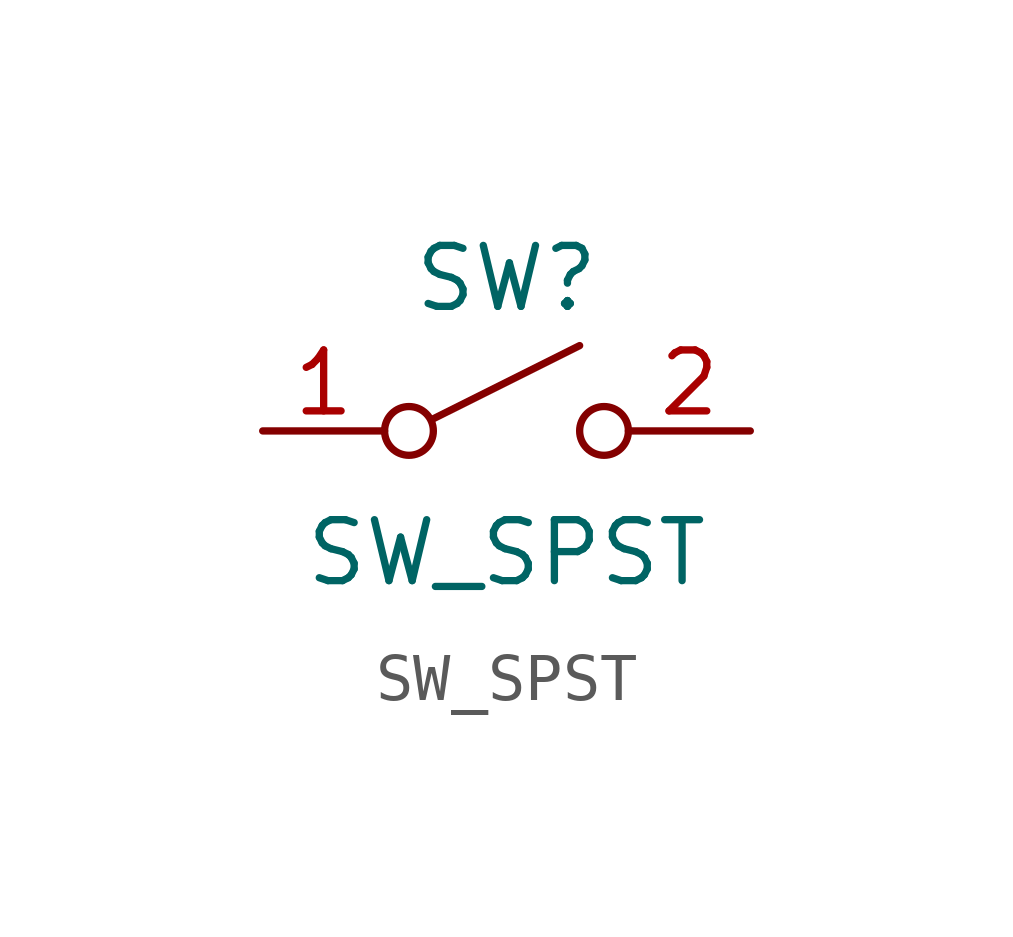
<source format=kicad_sym>
(kicad_symbol_lib
  (version 20201005)
  (generator kicad_symbol_editor)
  (symbol "Switch:SW_SPST"
    (pin_names
      (offset 0) hide)
    (property "Reference" "SW"
      (at 0 3.175 0)
      (effects (font (size 1.27 1.27))))
    (property "Value" "SW_SPST"
      (at 0 -2.54 0)
      (effects (font (size 1.27 1.27))))
    (symbol "SW_SPST_0_0"
      (circle (center -2.032 0) (radius 0.508) (stroke (width 0)) (fill (type none)))
      (circle (center 2.032 0) (radius 0.508) (stroke (width 0)) (fill (type none)))
      (polyline (pts (xy -1.524 0.254) (xy 1.524 1.778)) (stroke (width 0)) (fill (type none))))
    (symbol "SW_SPST_1_1"
      (pin passive line (at -5.08 0 0) (length 2.54) (name "A" (effects (font (size 1.27 1.27)))) (number "1" (effects (font (size 1.27 1.27)))))
      (pin passive line (at 5.08 0 180) (length 2.54) (name "B" (effects (font (size 1.27 1.27)))) (number "2" (effects (font (size 1.27 1.27))))))))
</source>
